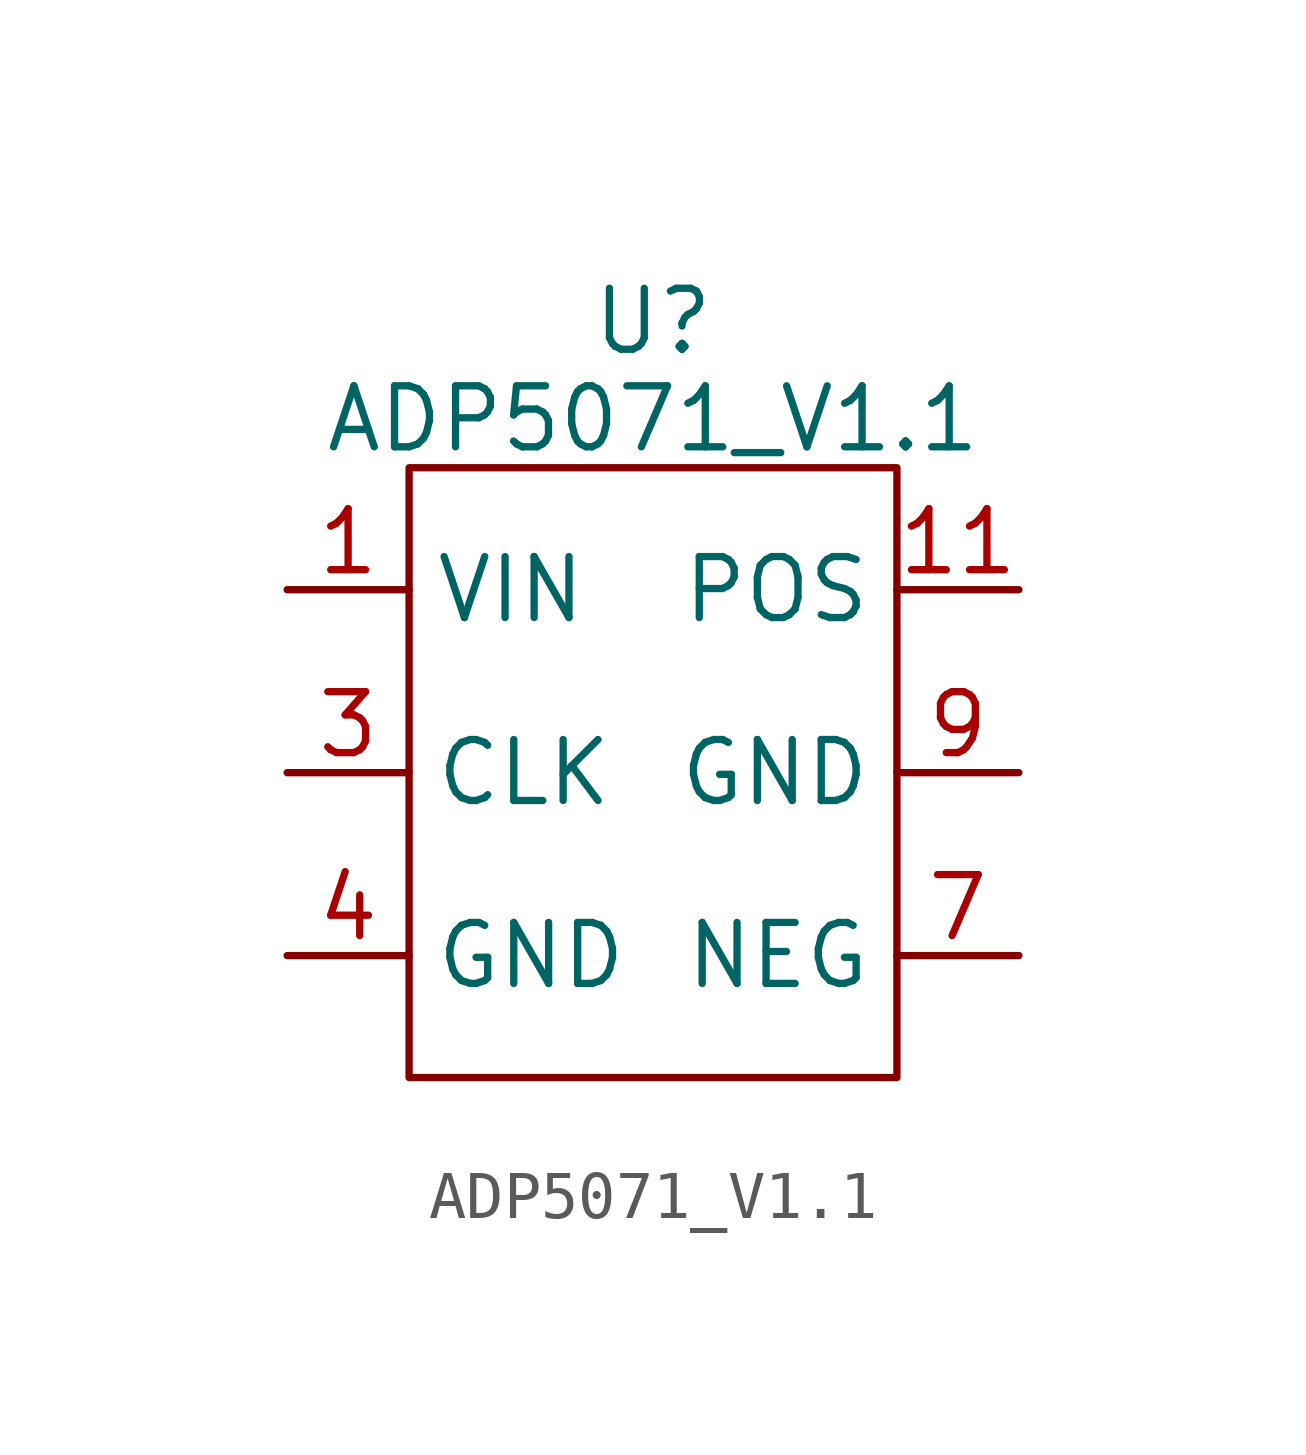
<source format=kicad_sym>
(kicad_symbol_lib
  (version 20241209)
  (generator "kicad_symbol_editor")
  (generator_version "9.0")
  (symbol "ADP5071_V1.1"
    (property "Reference" "U"
      (at 0 9.398 0)
      (effects (font (size 1.27 1.27))))
    (property "Value" "ADP5071_V1.1"
      (at 0 7.366 0)
      (effects (font (size 1.27 1.27))))
    (symbol "ADP5071_V1.1_1_1"
      (rectangle (start -5.08 6.35) (end 5.08 -6.35) (stroke (width 0) (type default)) (fill (type none)))
      (pin power_in line (at -7.62 3.81 0) (length 2.54) (name "VIN" (effects (font (size 1.27 1.27)))) (number "1" (effects (font (size 1.27 1.27)))))
      (pin power_in line (at -7.62 3.81 0) (length 2.54) (hide yes) (name "VIN" (effects (font (size 1.27 1.27)))) (number "2" (effects (font (size 1.27 1.27)))))
      (pin input line (at -7.62 0 0) (length 2.54) (name "CLK" (effects (font (size 1.27 1.27)))) (number "3" (effects (font (size 1.27 1.27)))))
      (pin power_in line (at -7.62 -3.81 0) (length 2.54) (name "GND" (effects (font (size 1.27 1.27)))) (number "4" (effects (font (size 1.27 1.27)))))
      (pin power_in line (at -7.62 -3.81 0) (length 2.54) (hide yes) (name "GND" (effects (font (size 1.27 1.27)))) (number "5" (effects (font (size 1.27 1.27)))))
      (pin power_in line (at -7.62 -3.81 0) (length 2.54) (hide yes) (name "GND" (effects (font (size 1.27 1.27)))) (number "6" (effects (font (size 1.27 1.27)))))
      (pin power_out line (at 7.62 3.81 180) (length 2.54) (name "POS" (effects (font (size 1.27 1.27)))) (number "11" (effects (font (size 1.27 1.27)))))
      (pin power_out line (at 7.62 3.81 180) (length 2.54) (hide yes) (name "POS" (effects (font (size 1.27 1.27)))) (number "12" (effects (font (size 1.27 1.27)))))
      (pin power_out line (at 7.62 0 180) (length 2.54) (hide yes) (name "GND" (effects (font (size 1.27 1.27)))) (number "10" (effects (font (size 1.27 1.27)))))
      (pin power_out line (at 7.62 0 180) (length 2.54) (name "GND" (effects (font (size 1.27 1.27)))) (number "9" (effects (font (size 1.27 1.27)))))
      (pin power_out line (at 7.62 -3.81 180) (length 2.54) (name "NEG" (effects (font (size 1.27 1.27)))) (number "7" (effects (font (size 1.27 1.27)))))
      (pin power_out line (at 7.62 -3.81 180) (length 2.54) (hide yes) (name "NEG" (effects (font (size 1.27 1.27)))) (number "8" (effects (font (size 1.27 1.27))))))))
</source>
